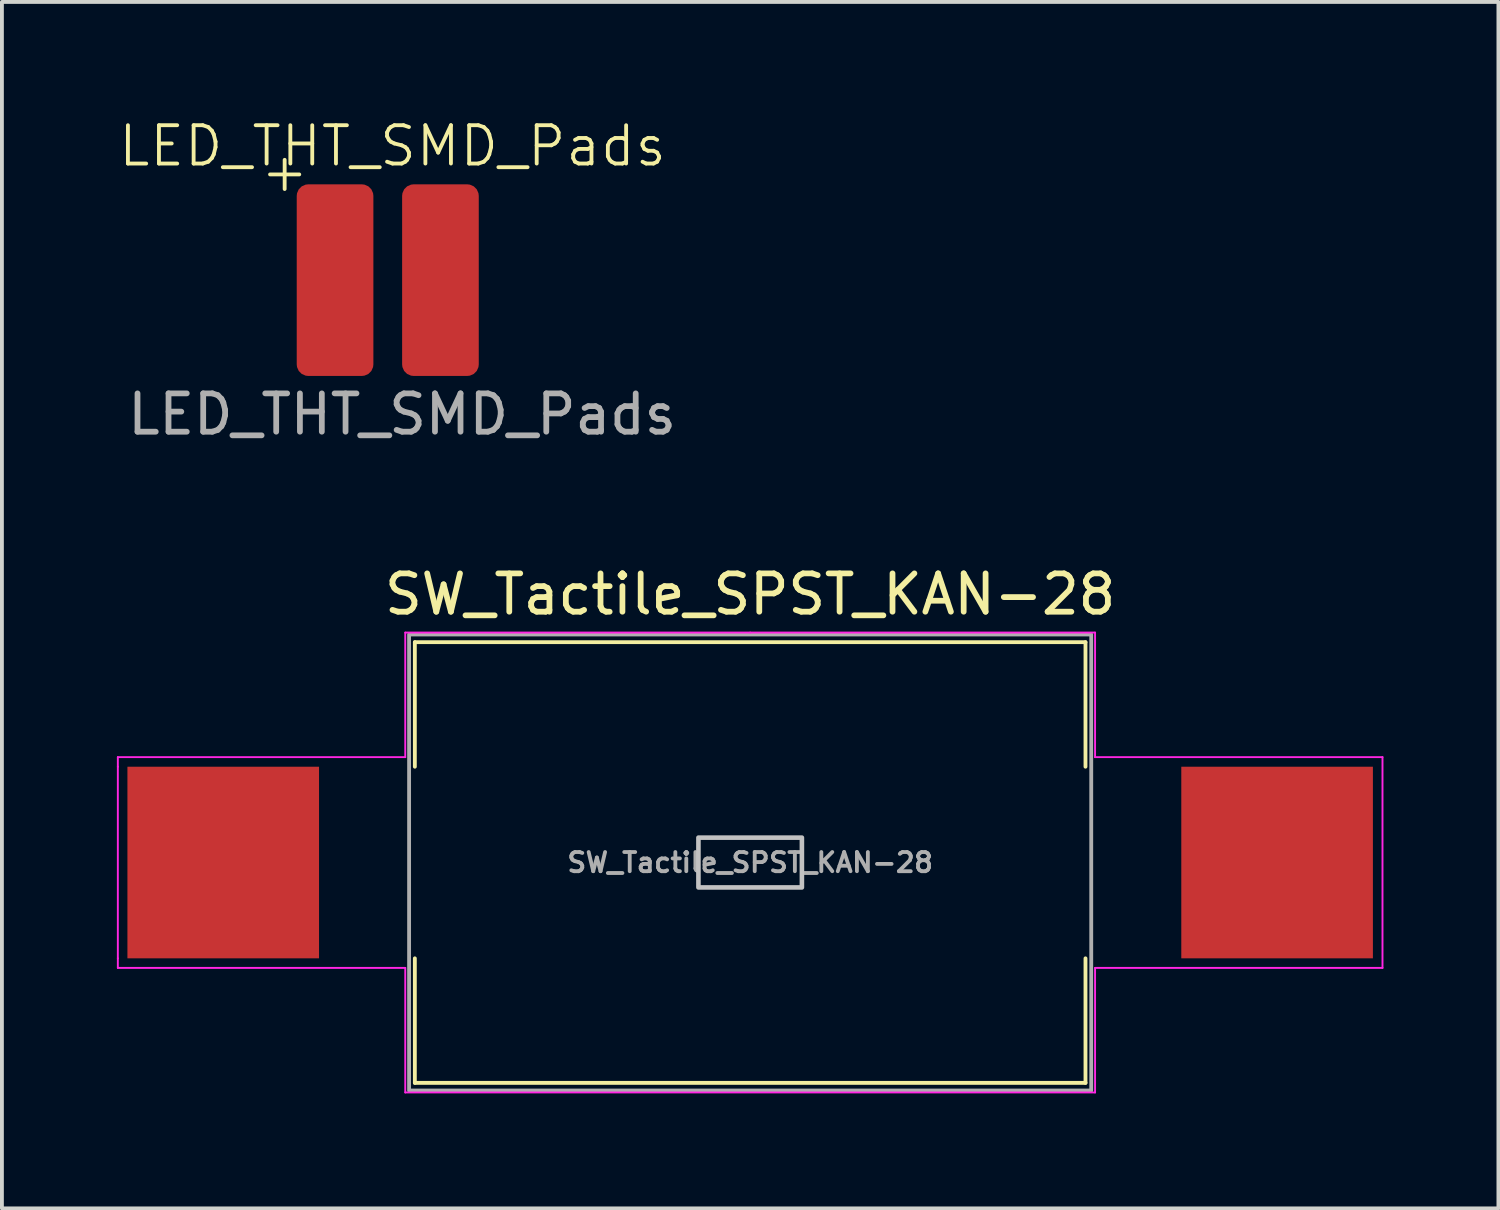
<source format=kicad_pcb>
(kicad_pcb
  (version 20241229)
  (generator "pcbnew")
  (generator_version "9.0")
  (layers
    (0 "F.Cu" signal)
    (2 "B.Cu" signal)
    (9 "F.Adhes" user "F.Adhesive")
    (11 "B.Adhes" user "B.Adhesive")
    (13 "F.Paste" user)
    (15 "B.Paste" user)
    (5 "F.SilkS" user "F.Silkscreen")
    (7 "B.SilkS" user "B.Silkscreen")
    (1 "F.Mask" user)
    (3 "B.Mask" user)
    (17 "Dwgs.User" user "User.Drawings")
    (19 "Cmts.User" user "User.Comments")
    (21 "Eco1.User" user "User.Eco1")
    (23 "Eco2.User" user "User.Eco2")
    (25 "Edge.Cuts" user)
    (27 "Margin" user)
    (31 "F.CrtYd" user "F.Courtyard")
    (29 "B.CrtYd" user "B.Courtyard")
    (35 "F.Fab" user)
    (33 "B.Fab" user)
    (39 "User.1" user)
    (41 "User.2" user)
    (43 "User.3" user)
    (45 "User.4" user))
  (footprint "SW_Tactile_SPST_KAN-28"
    (layer "F.Cu")
    (at 16.525 19.457)
    (property "Reference" "SW_Tactile_SPST_KAN-28" (at 0 -7 0) (unlocked yes) (layer "F.SilkS") (effects (font (size 1 1) (thickness 0.15))))
    (attr smd)
    (fp_line (start -8.75 -5.75) (end -8.75 -2.5) (stroke (width 0.1) (type default)) (layer "F.SilkS"))
    (fp_line (start -8.75 2.5) (end -8.75 5.75) (stroke (width 0.1) (type default)) (layer "F.SilkS"))
    (fp_line (start -8.75 5.75) (end 8.75 5.75) (stroke (width 0.1) (type default)) (layer "F.SilkS"))
    (fp_line (start 8.75 -5.75) (end -8.75 -5.75) (stroke (width 0.1) (type default)) (layer "F.SilkS"))
    (fp_line (start 8.75 -2.5) (end 8.75 -5.75) (stroke (width 0.1) (type default)) (layer "F.SilkS"))
    (fp_line (start 8.75 2.5) (end 8.75 5.75) (stroke (width 0.1) (type default)) (layer "F.SilkS"))
    (fp_rect (start -1.35 -0.65) (end 1.35 0.65) (stroke (width 0.12) (type solid)) (fill no) (layer "Dwgs.User"))
    (fp_line (start -16.5 -2.5) (end -16.5 -2.75) (stroke (width 0.05) (type default)) (layer "F.CrtYd"))
    (fp_line (start -16.5 2.5) (end -16.5 -2.5) (stroke (width 0.05) (type default)) (layer "F.CrtYd"))
    (fp_line (start -16.5 2.75) (end -16.5 2.5) (stroke (width 0.05) (type default)) (layer "F.CrtYd"))
    (fp_line (start -9 -6) (end 0 -6) (stroke (width 0.05) (type default)) (layer "F.CrtYd"))
    (fp_line (start -9 -2.75) (end -16.5 -2.75) (stroke (width 0.05) (type default)) (layer "F.CrtYd"))
    (fp_line (start -9 -2.75) (end -9 -6) (stroke (width 0.05) (type default)) (layer "F.CrtYd"))
    (fp_line (start -9 2.75) (end -16.5 2.75) (stroke (width 0.05) (type default)) (layer "F.CrtYd"))
    (fp_line (start -9 6) (end -9 2.75) (stroke (width 0.05) (type default)) (layer "F.CrtYd"))
    (fp_line (start 0 -6) (end 9 -6) (stroke (width 0.05) (type default)) (layer "F.CrtYd"))
    (fp_line (start 9 -6) (end 9 -2.75) (stroke (width 0.05) (type default)) (layer "F.CrtYd"))
    (fp_line (start 9 -2.75) (end 16.5 -2.75) (stroke (width 0.05) (type default)) (layer "F.CrtYd"))
    (fp_line (start 9 2.75) (end 9 6) (stroke (width 0.05) (type default)) (layer "F.CrtYd"))
    (fp_line (start 9 6) (end -9 6) (stroke (width 0.05) (type default)) (layer "F.CrtYd"))
    (fp_line (start 16.5 -2.75) (end 16.5 2.75) (stroke (width 0.05) (type default)) (layer "F.CrtYd"))
    (fp_line (start 16.5 2.75) (end 9 2.75) (stroke (width 0.05) (type default)) (layer "F.CrtYd"))
    (fp_rect (start -8.9 -5.95) (end 8.9 5.95) (stroke (width 0.1) (type solid)) (fill no) (layer "F.Fab"))
    (fp_text user "${REFERENCE}" (at 0 0 0) (unlocked yes) (layer "F.Fab") (effects (font (size 0.5 0.5) (thickness 0.1))))
    (pad "1" smd rect (at -13.75 0) (size 5 5) (layers "F.Cu" "F.Mask" "F.Paste"))
    (pad "2" smd rect (at 13.75 0) (size 5 5) (layers "F.Cu" "F.Mask" "F.Paste")))
  (footprint "LED_THT_SMD_Pads"
    (layer "F.Cu")
    (at 7.193 3.76)
    (property "Reference" "LED_THT_SMD_Pads" (at 0 -3 0) (unlocked yes) (layer "F.SilkS") (effects (font (size 1 1) (thickness 0.1))))
    (attr smd)
    (fp_text user "+" (at -3.5 -1.75 0) (unlocked yes) (layer "F.SilkS") (effects (font (size 1 1) (thickness 0.1)) (justify left bottom)))
    (fp_text user "${REFERENCE}" (at 0.25 4 0) (unlocked yes) (layer "F.Fab") (effects (font (size 1 1) (thickness 0.15))))
    (pad "1" smd roundrect (at -1.5 0.5) (size 2 5) (layers "F.Cu" "F.Mask" "F.Paste") (roundrect_rratio 0.15))
    (pad "2" smd roundrect (at 1.25 0.5) (size 2 5) (layers "F.Cu" "F.Mask" "F.Paste") (roundrect_rratio 0.15)))
  (gr_rect
    (start -3 -3)
    (end 36.05 28.482)
    (stroke (width 0.1) (type default))
    (fill no)
    (layer "Edge.Cuts")))
</source>
